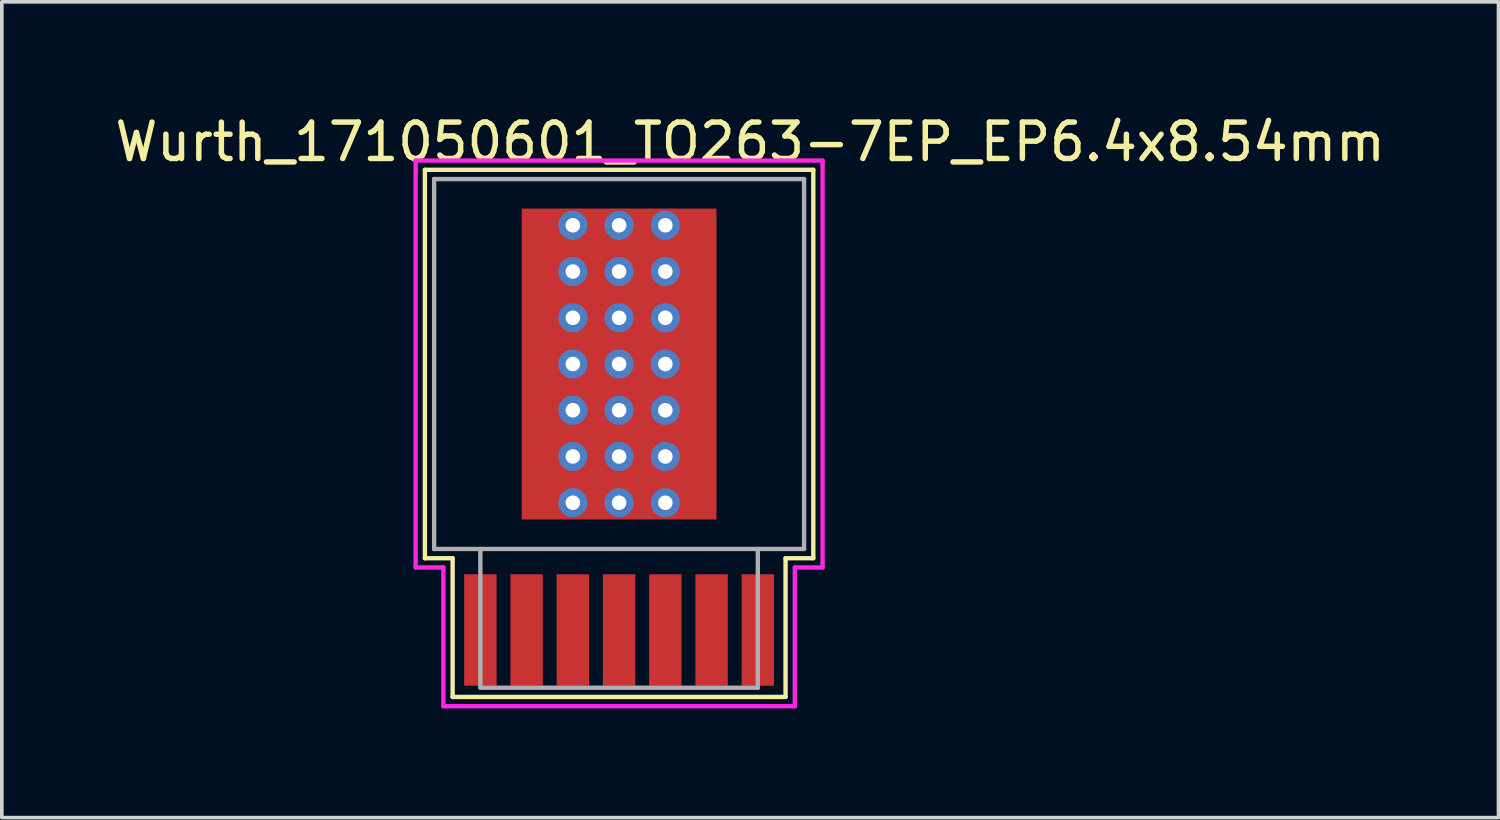
<source format=kicad_pcb>
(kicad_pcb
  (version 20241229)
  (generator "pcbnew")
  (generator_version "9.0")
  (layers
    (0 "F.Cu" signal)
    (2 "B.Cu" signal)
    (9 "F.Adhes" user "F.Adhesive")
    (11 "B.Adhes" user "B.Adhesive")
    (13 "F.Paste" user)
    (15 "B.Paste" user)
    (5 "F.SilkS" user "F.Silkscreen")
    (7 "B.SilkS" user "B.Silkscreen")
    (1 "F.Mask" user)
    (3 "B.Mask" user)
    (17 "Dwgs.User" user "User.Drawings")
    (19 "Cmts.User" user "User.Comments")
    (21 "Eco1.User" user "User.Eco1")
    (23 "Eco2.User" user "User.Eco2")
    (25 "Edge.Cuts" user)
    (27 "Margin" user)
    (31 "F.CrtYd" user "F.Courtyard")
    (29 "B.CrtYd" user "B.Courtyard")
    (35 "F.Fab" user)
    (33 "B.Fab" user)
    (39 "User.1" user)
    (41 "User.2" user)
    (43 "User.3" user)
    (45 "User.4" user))
  (footprint "Wurth_171050601_TO263-7EP_EP6.4x8.54mm"
    (layer "F.Cu")
    (at 13.954 6.948)
    (property "Reference" "Wurth_171050601_TO263-7EP_EP6.4x8.54mm" (at 3.6 -6.1 0) (layer "F.SilkS") (effects (font (size 1 1) (thickness 0.15))))
    (attr through_hole)
    (fp_line (start -5.334 -5.334) (end 5.334 -5.334) (stroke (width 0.12) (type solid)) (layer "F.SilkS"))
    (fp_line (start -5.334 5.334) (end -5.334 -5.334) (stroke (width 0.12) (type solid)) (layer "F.SilkS"))
    (fp_line (start -4.572 5.334) (end -5.334 5.334) (stroke (width 0.12) (type solid)) (layer "F.SilkS"))
    (fp_line (start -4.572 9.144) (end -4.572 5.334) (stroke (width 0.12) (type solid)) (layer "F.SilkS"))
    (fp_line (start 4.572 5.334) (end 4.572 9.144) (stroke (width 0.12) (type solid)) (layer "F.SilkS"))
    (fp_line (start 4.572 9.144) (end -4.572 9.144) (stroke (width 0.12) (type solid)) (layer "F.SilkS"))
    (fp_line (start 5.334 -5.334) (end 5.334 5.334) (stroke (width 0.12) (type solid)) (layer "F.SilkS"))
    (fp_line (start 5.334 5.334) (end 4.572 5.334) (stroke (width 0.12) (type solid)) (layer "F.SilkS"))
    (fp_line (start -5.588 -5.588) (end 5.588 -5.588) (stroke (width 0.12) (type solid)) (layer "F.CrtYd"))
    (fp_line (start -5.588 5.588) (end -5.588 -5.588) (stroke (width 0.12) (type solid)) (layer "F.CrtYd"))
    (fp_line (start -4.826 5.588) (end -5.588 5.588) (stroke (width 0.12) (type solid)) (layer "F.CrtYd"))
    (fp_line (start -4.826 9.398) (end -4.826 5.588) (stroke (width 0.12) (type solid)) (layer "F.CrtYd"))
    (fp_line (start 4.826 5.588) (end 4.826 9.398) (stroke (width 0.12) (type solid)) (layer "F.CrtYd"))
    (fp_line (start 4.826 9.398) (end -4.826 9.398) (stroke (width 0.12) (type solid)) (layer "F.CrtYd"))
    (fp_line (start 5.588 -5.588) (end 5.588 5.588) (stroke (width 0.12) (type solid)) (layer "F.CrtYd"))
    (fp_line (start 5.588 5.588) (end 4.826 5.588) (stroke (width 0.12) (type solid)) (layer "F.CrtYd"))
    (fp_line (start -5.08 -5.08) (end 5.08 -5.08) (stroke (width 0.12) (type solid)) (layer "F.Fab"))
    (fp_line (start -5.08 5.08) (end -5.08 -5.08) (stroke (width 0.12) (type solid)) (layer "F.Fab"))
    (fp_line (start -3.81 5.08) (end -3.81 8.89) (stroke (width 0.12) (type solid)) (layer "F.Fab"))
    (fp_line (start -3.81 8.89) (end 3.81 8.89) (stroke (width 0.12) (type solid)) (layer "F.Fab"))
    (fp_line (start 3.81 8.89) (end 3.81 5.08) (stroke (width 0.12) (type solid)) (layer "F.Fab"))
    (fp_line (start 5.08 -5.08) (end 5.08 5.08) (stroke (width 0.12) (type solid)) (layer "F.Fab"))
    (fp_line (start 5.08 5.08) (end -5.08 5.08) (stroke (width 0.12) (type solid)) (layer "F.Fab"))
    (pad "" smd rect (at -1.387 -2.9) (size 2.575 2.71) (layers "F.Paste"))
    (pad "" smd rect (at -1.387 0) (size 2.575 2.71) (layers "F.Paste"))
    (pad "" smd rect (at -1.387 2.9) (size 2.575 2.71) (layers "F.Paste"))
    (pad "" smd rect (at 1.387 -2.9) (size 2.575 2.71) (layers "F.Paste"))
    (pad "" smd rect (at 1.387 0) (size 2.575 2.71) (layers "F.Paste"))
    (pad "" smd rect (at 1.387 2.9) (size 2.575 2.71) (layers "F.Paste"))
    (pad "1" smd rect (at -3.81 7.305) (size 0.89 3.06) (layers "F.Cu" "F.Mask" "F.Paste"))
    (pad "2" smd rect (at -2.54 7.305) (size 0.89 3.06) (layers "F.Cu" "F.Mask" "F.Paste"))
    (pad "3" smd rect (at -1.27 7.305) (size 0.89 3.06) (layers "F.Cu" "F.Mask" "F.Paste"))
    (pad "4" smd rect (at 0 7.305) (size 0.89 3.06) (layers "F.Cu" "F.Mask" "F.Paste"))
    (pad "5" smd rect (at 1.27 7.305) (size 0.89 3.06) (layers "F.Cu" "F.Mask" "F.Paste"))
    (pad "6" smd rect (at 2.54 7.305) (size 0.89 3.06) (layers "F.Cu" "F.Mask" "F.Paste"))
    (pad "7" smd rect (at 3.81 7.305) (size 0.89 3.06) (layers "F.Cu" "F.Mask" "F.Paste"))
    (pad "8" thru_hole circle (at -1.27 -3.81) (size 0.8 0.8) (drill 0.4) (layers "*.Cu"))
    (pad "8" thru_hole circle (at -1.27 -2.54) (size 0.8 0.8) (drill 0.4) (layers "*.Cu"))
    (pad "8" thru_hole circle (at -1.27 -1.27) (size 0.8 0.8) (drill 0.4) (layers "*.Cu"))
    (pad "8" thru_hole circle (at -1.27 0) (size 0.8 0.8) (drill 0.4) (layers "*.Cu"))
    (pad "8" thru_hole circle (at -1.27 1.27) (size 0.8 0.8) (drill 0.4) (layers "*.Cu"))
    (pad "8" thru_hole circle (at -1.27 2.54) (size 0.8 0.8) (drill 0.4) (layers "*.Cu"))
    (pad "8" thru_hole circle (at -1.27 3.81) (size 0.8 0.8) (drill 0.4) (layers "*.Cu"))
    (pad "8" thru_hole circle (at 0 -3.81) (size 0.8 0.8) (drill 0.4) (layers "*.Cu"))
    (pad "8" thru_hole circle (at 0 -2.54) (size 0.8 0.8) (drill 0.4) (layers "*.Cu"))
    (pad "8" thru_hole circle (at 0 -1.27) (size 0.8 0.8) (drill 0.4) (layers "*.Cu"))
    (pad "8" thru_hole circle (at 0 0) (size 0.8 0.8) (drill 0.4) (layers "*.Cu"))
    (pad "8" smd rect (at 0 0) (size 5.35 8.54) (layers "F.Cu" "F.Mask"))
    (pad "8" thru_hole circle (at 0 1.27) (size 0.8 0.8) (drill 0.4) (layers "*.Cu"))
    (pad "8" thru_hole circle (at 0 2.54) (size 0.8 0.8) (drill 0.4) (layers "*.Cu"))
    (pad "8" thru_hole circle (at 0 3.81) (size 0.8 0.8) (drill 0.4) (layers "*.Cu"))
    (pad "8" thru_hole circle (at 1.27 -3.81) (size 0.8 0.8) (drill 0.4) (layers "*.Cu"))
    (pad "8" thru_hole circle (at 1.27 -2.54) (size 0.8 0.8) (drill 0.4) (layers "*.Cu"))
    (pad "8" thru_hole circle (at 1.27 -1.27) (size 0.8 0.8) (drill 0.4) (layers "*.Cu"))
    (pad "8" thru_hole circle (at 1.27 0) (size 0.8 0.8) (drill 0.4) (layers "*.Cu"))
    (pad "8" thru_hole circle (at 1.27 1.27) (size 0.8 0.8) (drill 0.4) (layers "*.Cu"))
    (pad "8" thru_hole circle (at 1.27 2.54) (size 0.8 0.8) (drill 0.4) (layers "*.Cu"))
    (pad "8" thru_hole circle (at 1.27 3.81) (size 0.8 0.8) (drill 0.4) (layers "*.Cu")))
  (gr_rect
    (start -3 -3)
    (end 38.107 19.406)
    (stroke (width 0.1) (type default))
    (fill no)
    (layer "Edge.Cuts")))
</source>
